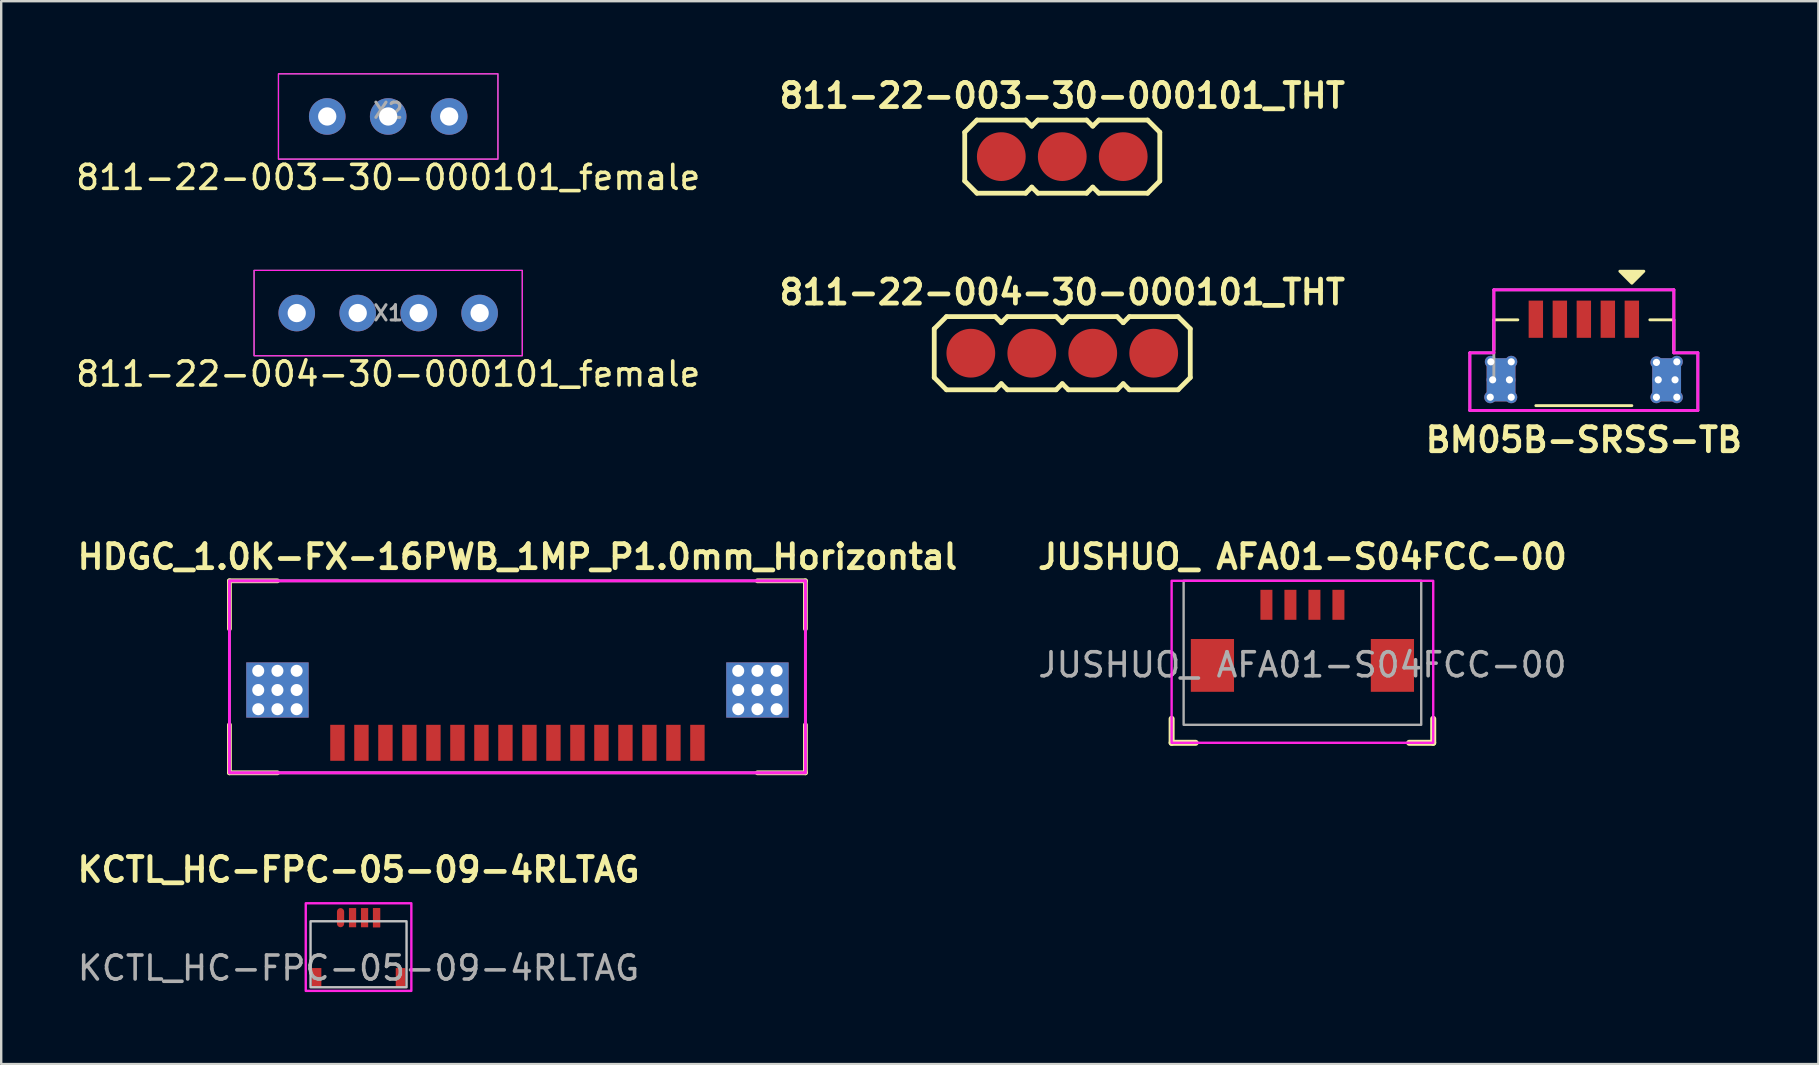
<source format=kicad_pcb>
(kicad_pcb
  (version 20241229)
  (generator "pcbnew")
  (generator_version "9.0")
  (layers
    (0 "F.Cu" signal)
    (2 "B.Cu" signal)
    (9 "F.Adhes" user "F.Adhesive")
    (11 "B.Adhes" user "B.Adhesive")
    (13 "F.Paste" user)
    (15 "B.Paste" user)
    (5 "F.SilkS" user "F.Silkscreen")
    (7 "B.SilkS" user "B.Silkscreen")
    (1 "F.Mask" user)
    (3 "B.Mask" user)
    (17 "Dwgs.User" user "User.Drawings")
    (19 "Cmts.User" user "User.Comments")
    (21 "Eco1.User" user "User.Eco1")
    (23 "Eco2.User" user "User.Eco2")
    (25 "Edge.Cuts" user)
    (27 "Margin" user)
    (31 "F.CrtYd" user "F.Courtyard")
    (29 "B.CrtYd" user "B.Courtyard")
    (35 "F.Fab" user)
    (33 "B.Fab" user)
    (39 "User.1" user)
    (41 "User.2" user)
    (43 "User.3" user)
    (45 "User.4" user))
  (footprint "811-22-004-30-000101_THT"
    (layer "F.Cu")
    (at 41.212 11.667)
    (property "Reference" "811-22-004-30-000101_THT" (at 0 -2.54 0) (unlocked yes) (layer "F.SilkS") (effects (font (size 1 1) (thickness 0.2))))
    (attr smd)
    (fp_line (start -5.334 -1.016) (end -4.826 -1.524) (stroke (width 0.2) (type solid)) (layer "F.SilkS"))
    (fp_line (start -5.334 1.016) (end -5.334 -1.016) (stroke (width 0.2) (type solid)) (layer "F.SilkS"))
    (fp_line (start -5.334 1.016) (end -4.826 1.524) (stroke (width 0.2) (type solid)) (layer "F.SilkS"))
    (fp_line (start -4.826 -1.524) (end -2.794 -1.524) (stroke (width 0.2) (type solid)) (layer "F.SilkS"))
    (fp_line (start -2.794 1.524) (end -4.826 1.524) (stroke (width 0.2) (type solid)) (layer "F.SilkS"))
    (fp_line (start -2.54 -1.27) (end -2.794 -1.524) (stroke (width 0.2) (type solid)) (layer "F.SilkS"))
    (fp_line (start -2.54 -1.27) (end -2.286 -1.524) (stroke (width 0.2) (type solid)) (layer "F.SilkS"))
    (fp_line (start -2.54 1.27) (end -2.794 1.524) (stroke (width 0.2) (type solid)) (layer "F.SilkS"))
    (fp_line (start -2.54 1.27) (end -2.286 1.524) (stroke (width 0.2) (type solid)) (layer "F.SilkS"))
    (fp_line (start -2.286 -1.524) (end -0.254 -1.524) (stroke (width 0.2) (type solid)) (layer "F.SilkS"))
    (fp_line (start -0.254 1.524) (end -2.286 1.524) (stroke (width 0.2) (type solid)) (layer "F.SilkS"))
    (fp_line (start 0 -1.27) (end -0.254 -1.524) (stroke (width 0.2) (type solid)) (layer "F.SilkS"))
    (fp_line (start 0 -1.27) (end 0.254 -1.524) (stroke (width 0.2) (type solid)) (layer "F.SilkS"))
    (fp_line (start 0 1.27) (end -0.254 1.524) (stroke (width 0.2) (type solid)) (layer "F.SilkS"))
    (fp_line (start 0 1.27) (end 0.254 1.524) (stroke (width 0.2) (type solid)) (layer "F.SilkS"))
    (fp_line (start 0.254 -1.524) (end 2.286 -1.524) (stroke (width 0.2) (type solid)) (layer "F.SilkS"))
    (fp_line (start 2.286 1.524) (end 0.254 1.524) (stroke (width 0.2) (type solid)) (layer "F.SilkS"))
    (fp_line (start 2.54 -1.27) (end 2.286 -1.524) (stroke (width 0.2) (type solid)) (layer "F.SilkS"))
    (fp_line (start 2.54 -1.27) (end 2.794 -1.524) (stroke (width 0.2) (type solid)) (layer "F.SilkS"))
    (fp_line (start 2.54 1.27) (end 2.286 1.524) (stroke (width 0.2) (type solid)) (layer "F.SilkS"))
    (fp_line (start 2.54 1.27) (end 2.794 1.524) (stroke (width 0.2) (type solid)) (layer "F.SilkS"))
    (fp_line (start 2.794 -1.524) (end 4.826 -1.524) (stroke (width 0.2) (type solid)) (layer "F.SilkS"))
    (fp_line (start 2.794 1.524) (end 4.826 1.524) (stroke (width 0.2) (type solid)) (layer "F.SilkS"))
    (fp_line (start 5.334 -1.016) (end 4.826 -1.524) (stroke (width 0.2) (type solid)) (layer "F.SilkS"))
    (fp_line (start 5.334 -1.016) (end 5.334 1.016) (stroke (width 0.2) (type solid)) (layer "F.SilkS"))
    (fp_line (start 5.334 1.016) (end 4.826 1.524) (stroke (width 0.2) (type solid)) (layer "F.SilkS"))
    (pad "1" smd circle (at -3.81 0) (size 2.032 2.032) (layers "F.Cu" "F.Mask" "F.Paste"))
    (pad "2" smd circle (at -1.27 0) (size 2.032 2.032) (layers "F.Cu" "F.Mask" "F.Paste"))
    (pad "3" smd circle (at 1.27 0) (size 2.032 2.032) (layers "F.Cu" "F.Mask" "F.Paste"))
    (pad "4" smd circle (at 3.81 0) (size 2.032 2.032) (layers "F.Cu" "F.Mask" "F.Paste")))
  (footprint "811-22-003-30-000101_female"
    (layer "F.Cu")
    (at 13.125 1.803)
    (property "Reference" "811-22-003-30-000101_female" (at 0 2.54 0) (unlocked yes) (layer "F.SilkS") (effects (font (size 1 1) (thickness 0.15))))
    (attr exclude_from_pos_files exclude_from_bom)
    (fp_rect (start -4.572 -1.778) (end 4.572 1.778) (stroke (width 0.05) (type solid)) (fill no) (layer "F.CrtYd"))
    (fp_rect (start -4.572 -1.778) (end 4.572 1.778) (stroke (width 0.05) (type solid)) (fill no) (layer "F.Fab"))
    (fp_text user "X2" (at 0 -0.25 0) (unlocked yes) (layer "F.Fab") (effects (font (size 0.635 0.635) (thickness 0.127))))
    (pad "1" thru_hole circle (at -2.54 0) (size 1.524 1.524) (drill 0.762) (layers "*.Cu" "*.Mask"))
    (pad "2" thru_hole circle (at 0 0) (size 1.524 1.524) (drill 0.762) (layers "*.Cu" "*.Mask"))
    (pad "3" thru_hole circle (at 2.54 0) (size 1.524 1.524) (drill 0.762) (layers "*.Cu" "*.Mask")))
  (footprint "KCTL_HC-FPC-05-09-4RLTAG"
    (layer "F.Cu")
    (at 11.89 34.787)
    (property "Reference" "KCTL_HC-FPC-05-09-4RLTAG" (at 0 -1.6 0) (unlocked yes) (layer "F.SilkS") (effects (font (size 1 1) (thickness 0.2) (bold yes))))
    (attr smd)
    (fp_rect (start -2 0.55) (end 2 3.3) (stroke (width 0.1) (type default)) (fill no) (layer "Dwgs.User"))
    (fp_rect (start -2.2 -0.2) (end 2.2 3.45) (stroke (width 0.1) (type default)) (fill no) (layer "F.CrtYd"))
    (fp_text user "${REFERENCE}" (at 0 2.5 0) (unlocked yes) (layer "F.Fab") (effects (font (size 1 1) (thickness 0.15))))
    (pad "1" smd roundrect (at -0.75 0.4) (size 0.3 0.8) (layers "F.Cu" "F.Mask" "F.Paste") (roundrect_rratio 0.5))
    (pad "2" smd rect (at -0.25 0.4) (size 0.3 0.8) (layers "F.Cu" "F.Mask" "F.Paste"))
    (pad "3" smd rect (at 0.25 0.4) (size 0.3 0.8) (layers "F.Cu" "F.Mask" "F.Paste"))
    (pad "4" smd rect (at 0.75 0.4) (size 0.3 0.8) (layers "F.Cu" "F.Mask" "F.Paste"))
    (pad "4" smd rect (at 0.75 0.4) (size 0.3 0.8) (layers "F.Cu" "F.Mask" "F.Paste"))
    (pad "MP" smd rect (at -1.75 2.9) (size 0.4 0.8) (layers "F.Cu" "F.Mask" "F.Paste"))
    (pad "MP" smd rect (at 1.75 2.9) (size 0.4 0.8) (layers "F.Cu" "F.Mask" "F.Paste")))
  (footprint "BM05B-SRSS-TB"
    (layer "F.Cu")
    (at 62.945 10.251)
    (property "Reference" "BM05B-SRSS-TB" (at 0 5.027 0) (unlocked yes) (layer "F.SilkS") (effects (font (size 1 1) (thickness 0.2))))
    (attr smd)
    (fp_line (start -3.75 0.025) (end -2.75 0.025) (stroke (width 0.12) (type solid)) (layer "F.SilkS"))
    (fp_line (start -3.75 1.275) (end -3.75 0.025) (stroke (width 0.12) (type solid)) (layer "F.SilkS"))
    (fp_line (start -2 3.6) (end 2 3.6) (stroke (width 0.12) (type solid)) (layer "F.SilkS"))
    (fp_line (start 3.75 0.025) (end 2.75 0.025) (stroke (width 0.12) (type solid)) (layer "F.SilkS"))
    (fp_line (start 3.75 1.275) (end 3.75 0.025) (stroke (width 0.12) (type solid)) (layer "F.SilkS"))
    (fp_poly (pts (xy 2 -1.5) (xy 1.5 -2) (xy 2.5 -2)) (stroke (width 0.12) (type solid)) (fill yes) (layer "F.SilkS"))
    (fp_line (start -4.75 1.4) (end -3.75 1.4) (stroke (width 0.12) (type solid)) (layer "F.CrtYd"))
    (fp_line (start -4.75 3.8) (end -4.75 1.4) (stroke (width 0.12) (type solid)) (layer "F.CrtYd"))
    (fp_line (start -3.75 -1.225) (end 3.75 -1.225) (stroke (width 0.12) (type solid)) (layer "F.CrtYd"))
    (fp_line (start -3.75 1.4) (end -3.75 -1.225) (stroke (width 0.12) (type solid)) (layer "F.CrtYd"))
    (fp_line (start 3.75 -1.225) (end 3.75 1.4) (stroke (width 0.12) (type solid)) (layer "F.CrtYd"))
    (fp_line (start 4.75 1.4) (end 3.75 1.4) (stroke (width 0.12) (type solid)) (layer "F.CrtYd"))
    (fp_line (start 4.75 1.4) (end 4.75 3.8) (stroke (width 0.12) (type solid)) (layer "F.CrtYd"))
    (fp_line (start 4.75 3.8) (end -4.75 3.8) (stroke (width 0.12) (type solid)) (layer "F.CrtYd"))
    (fp_line (start -4.75 1.4) (end -3.75 1.4) (stroke (width 0.12) (type solid)) (layer "F.Fab"))
    (fp_line (start -4.75 3.8) (end -4.75 1.4) (stroke (width 0.12) (type solid)) (layer "F.Fab"))
    (fp_line (start -3.75 -1.225) (end 3.75 -1.225) (stroke (width 0.12) (type solid)) (layer "F.Fab"))
    (fp_line (start -3.75 2.525) (end -3.75 -1.225) (stroke (width 0.12) (type solid)) (layer "F.Fab"))
    (fp_line (start 3.75 -1.225) (end 3.75 1.4) (stroke (width 0.12) (type solid)) (layer "F.Fab"))
    (fp_line (start 3.75 1.4) (end 4.75 1.4) (stroke (width 0.12) (type solid)) (layer "F.Fab"))
    (fp_line (start 4.75 1.4) (end 4.75 3.8) (stroke (width 0.12) (type solid)) (layer "F.Fab"))
    (fp_line (start 4.75 3.8) (end -4.75 3.8) (stroke (width 0.12) (type solid)) (layer "F.Fab"))
    (pad "1" smd rect (at 2 0) (size 0.6 1.55) (layers "F.Cu" "F.Mask" "F.Paste"))
    (pad "2" smd rect (at 1 0) (size 0.6 1.55) (layers "F.Cu" "F.Mask" "F.Paste"))
    (pad "3" smd rect (at 0 0) (size 0.6 1.55) (layers "F.Cu" "F.Mask" "F.Paste"))
    (pad "4" smd rect (at -1 0) (size 0.6 1.55) (layers "F.Cu" "F.Mask" "F.Paste"))
    (pad "5" smd rect (at -2 0) (size 0.6 1.55) (layers "F.Cu" "F.Mask" "F.Paste"))
    (pad "MP" thru_hole circle (at -3.9 3.25) (size 0.5 0.5) (drill 0.3) (layers "*.Cu" "F.Mask"))
    (pad "MP" thru_hole circle (at -3.875 1.775) (size 0.5 0.5) (drill 0.3) (layers "*.Cu" "F.Mask") (remove_unused_layers yes) (keep_end_layers yes) (zone_layer_connections))
    (pad "MP" thru_hole circle (at -3.8 2.525) (size 0.5 0.5) (drill 0.3) (layers "*.Cu" "F.Mask"))
    (pad "MP" smd rect (at -3.45 2.525) (size 1.2 1.8) (layers "F.Cu" "F.Mask" "F.Paste"))
    (pad "MP" smd rect (at -3.45 2.525) (size 1.2 1.8) (layers "B.Cu"))
    (pad "MP" thru_hole circle (at -3.1 2.525) (size 0.5 0.5) (drill 0.3) (layers "*.Cu" "F.Mask") (remove_unused_layers yes) (keep_end_layers yes) (zone_layer_connections))
    (pad "MP" thru_hole circle (at -3.025 1.775) (size 0.5 0.5) (drill 0.3) (layers "*.Cu" "F.Mask"))
    (pad "MP" thru_hole circle (at -3.025 3.25) (size 0.5 0.5) (drill 0.3) (layers "*.Cu" "F.Mask") (remove_unused_layers yes) (keep_end_layers yes) (zone_layer_connections))
    (pad "MP" thru_hole circle (at 3.025 1.8) (size 0.5 0.5) (drill 0.3) (layers "*.Cu" "F.Mask"))
    (pad "MP" thru_hole circle (at 3.025 3.25) (size 0.5 0.5) (drill 0.3) (layers "*.Cu" "F.Mask"))
    (pad "MP" thru_hole circle (at 3.1 2.525) (size 0.5 0.5) (drill 0.3) (layers "*.Cu" "F.Mask") (remove_unused_layers yes) (keep_end_layers yes) (zone_layer_connections))
    (pad "MP" smd rect (at 3.45 2.525) (size 1.2 1.8) (layers "F.Cu" "F.Mask" "F.Paste"))
    (pad "MP" smd rect (at 3.45 2.525) (size 1.2 1.8) (layers "B.Cu"))
    (pad "MP" thru_hole circle (at 3.8 2.525) (size 0.5 0.5) (drill 0.3) (layers "*.Cu" "F.Mask"))
    (pad "MP" thru_hole circle (at 3.875 1.775) (size 0.5 0.5) (drill 0.3) (layers "*.Cu" "F.Mask"))
    (pad "MP" thru_hole circle (at 3.875 3.25) (size 0.5 0.5) (drill 0.3) (layers "*.Cu" "F.Mask")))
  (footprint "811-22-003-30-000101_THT"
    (layer "F.Cu")
    (at 41.212 3.476)
    (property "Reference" "811-22-003-30-000101_THT" (at 0 -2.54 0) (unlocked yes) (layer "F.SilkS") (effects (font (size 1 1) (thickness 0.2))))
    (attr smd)
    (fp_line (start -4.064 -1.016) (end -3.556 -1.524) (stroke (width 0.2) (type solid)) (layer "F.SilkS"))
    (fp_line (start -4.064 1.016) (end -4.064 -1.016) (stroke (width 0.2) (type solid)) (layer "F.SilkS"))
    (fp_line (start -4.064 1.016) (end -3.556 1.524) (stroke (width 0.2) (type solid)) (layer "F.SilkS"))
    (fp_line (start -3.556 -1.524) (end -1.524 -1.524) (stroke (width 0.2) (type solid)) (layer "F.SilkS"))
    (fp_line (start -1.524 1.524) (end -3.556 1.524) (stroke (width 0.2) (type solid)) (layer "F.SilkS"))
    (fp_line (start -1.27 -1.27) (end -1.524 -1.524) (stroke (width 0.2) (type solid)) (layer "F.SilkS"))
    (fp_line (start -1.27 -1.27) (end -1.016 -1.524) (stroke (width 0.2) (type solid)) (layer "F.SilkS"))
    (fp_line (start -1.27 1.27) (end -1.524 1.524) (stroke (width 0.2) (type solid)) (layer "F.SilkS"))
    (fp_line (start -1.27 1.27) (end -1.016 1.524) (stroke (width 0.2) (type solid)) (layer "F.SilkS"))
    (fp_line (start -1.016 -1.524) (end 1.016 -1.524) (stroke (width 0.2) (type solid)) (layer "F.SilkS"))
    (fp_line (start 1.016 1.524) (end -1.016 1.524) (stroke (width 0.2) (type solid)) (layer "F.SilkS"))
    (fp_line (start 1.27 -1.27) (end 1.016 -1.524) (stroke (width 0.2) (type solid)) (layer "F.SilkS"))
    (fp_line (start 1.27 -1.27) (end 1.524 -1.524) (stroke (width 0.2) (type solid)) (layer "F.SilkS"))
    (fp_line (start 1.27 1.27) (end 1.016 1.524) (stroke (width 0.2) (type solid)) (layer "F.SilkS"))
    (fp_line (start 1.27 1.27) (end 1.524 1.524) (stroke (width 0.2) (type solid)) (layer "F.SilkS"))
    (fp_line (start 1.524 -1.524) (end 3.556 -1.524) (stroke (width 0.2) (type solid)) (layer "F.SilkS"))
    (fp_line (start 3.556 1.524) (end 1.524 1.524) (stroke (width 0.2) (type solid)) (layer "F.SilkS"))
    (fp_line (start 4.064 -1.016) (end 3.556 -1.524) (stroke (width 0.2) (type solid)) (layer "F.SilkS"))
    (fp_line (start 4.064 -1.016) (end 4.064 1.016) (stroke (width 0.2) (type solid)) (layer "F.SilkS"))
    (fp_line (start 4.064 1.016) (end 3.556 1.524) (stroke (width 0.2) (type solid)) (layer "F.SilkS"))
    (pad "1" smd circle (at -2.54 0) (size 2.032 2.032) (layers "F.Cu" "F.Mask" "F.Paste"))
    (pad "2" smd circle (at 0 0) (size 2.032 2.032) (layers "F.Cu" "F.Mask" "F.Paste"))
    (pad "3" smd circle (at 2.54 0) (size 2.032 2.032) (layers "F.Cu" "F.Mask" "F.Paste")))
  (footprint "811-22-004-30-000101_female"
    (layer "F.Cu")
    (at 13.125 9.994)
    (property "Reference" "811-22-004-30-000101_female" (at 0 2.54 0) (unlocked yes) (layer "F.SilkS") (effects (font (size 1 1) (thickness 0.15))))
    (attr exclude_from_pos_files exclude_from_bom)
    (fp_rect (start -5.588 -1.778) (end 5.588 1.778) (stroke (width 0.05) (type solid)) (fill no) (layer "F.CrtYd"))
    (fp_rect (start -5.588 -1.778) (end 5.588 1.778) (stroke (width 0.05) (type solid)) (fill no) (layer "F.Fab"))
    (fp_text user "X1" (at -0.000001 0 0) (unlocked yes) (layer "F.Fab") (effects (font (size 0.635 0.635) (thickness 0.127))))
    (pad "1" thru_hole circle (at -3.81 0) (size 1.524 1.524) (drill 0.762) (layers "*.Cu" "*.Mask"))
    (pad "2" thru_hole circle (at -1.27 0) (size 1.524 1.524) (drill 0.762) (layers "*.Cu" "*.Mask"))
    (pad "3" thru_hole circle (at 1.27 0) (size 1.524 1.524) (drill 0.762) (layers "*.Cu" "*.Mask"))
    (pad "4" thru_hole circle (at 3.81 0) (size 1.524 1.524) (drill 0.762) (layers "*.Cu" "*.Mask")))
  (footprint "HDGC_1.0K-FX-16PWB_1MP_P1.0mm_Horizontal"
    (layer "F.Cu")
    (at 18.51 27.151)
    (property "Reference" "HDGC_1.0K-FX-16PWB_1MP_P1.0mm_Horizontal" (at 0 -7 0) (unlocked yes) (layer "F.SilkS") (effects (font (size 1 1) (thickness 0.2))))
    (attr smd)
    (fp_line (start -12 -6) (end -10 -6) (stroke (width 0.2) (type solid)) (layer "F.SilkS"))
    (fp_line (start -12 -4) (end -12 -6) (stroke (width 0.2) (type solid)) (layer "F.SilkS"))
    (fp_line (start -12 2) (end -12 0) (stroke (width 0.2) (type solid)) (layer "F.SilkS"))
    (fp_line (start -10 2) (end -12 2) (stroke (width 0.2) (type solid)) (layer "F.SilkS"))
    (fp_line (start 10 -6) (end 12 -6) (stroke (width 0.2) (type solid)) (layer "F.SilkS"))
    (fp_line (start 12 -6) (end 12 -4) (stroke (width 0.2) (type solid)) (layer "F.SilkS"))
    (fp_line (start 12 -4) (end 12 -4) (stroke (width 0.12) (type solid)) (layer "F.SilkS"))
    (fp_line (start 12 0) (end 12 2) (stroke (width 0.2) (type solid)) (layer "F.SilkS"))
    (fp_line (start 12 2) (end 10 2) (stroke (width 0.2) (type solid)) (layer "F.SilkS"))
    (fp_rect (start -12 -6) (end 12 2) (stroke (width 0.12) (type solid)) (fill no) (layer "F.CrtYd"))
    (fp_rect (start -12 -6) (end 12 2) (stroke (width 0.12) (type solid)) (fill no) (layer "F.Fab"))
    (pad "1" smd rect (at -7.5 0.75) (size 0.6 1.5) (layers "F.Cu" "F.Mask" "F.Paste"))
    (pad "2" smd rect (at -6.5 0.75) (size 0.6 1.5) (layers "F.Cu" "F.Mask" "F.Paste"))
    (pad "3" smd rect (at -5.5 0.75) (size 0.6 1.5) (layers "F.Cu" "F.Mask" "F.Paste"))
    (pad "4" smd rect (at -4.5 0.75) (size 0.6 1.5) (layers "F.Cu" "F.Mask" "F.Paste"))
    (pad "5" smd rect (at -3.5 0.75) (size 0.6 1.5) (layers "F.Cu" "F.Mask" "F.Paste"))
    (pad "6" smd rect (at -2.5 0.75) (size 0.6 1.5) (layers "F.Cu" "F.Mask" "F.Paste"))
    (pad "7" smd rect (at -1.5 0.75) (size 0.6 1.5) (layers "F.Cu" "F.Mask" "F.Paste"))
    (pad "8" smd rect (at -0.5 0.75) (size 0.6 1.5) (layers "F.Cu" "F.Mask" "F.Paste"))
    (pad "9" smd rect (at 0.5 0.75) (size 0.6 1.5) (layers "F.Cu" "F.Mask" "F.Paste"))
    (pad "10" smd rect (at 1.5 0.75) (size 0.6 1.5) (layers "F.Cu" "F.Mask" "F.Paste"))
    (pad "11" smd rect (at 2.5 0.75) (size 0.6 1.5) (layers "F.Cu" "F.Mask" "F.Paste"))
    (pad "12" smd rect (at 3.5 0.75) (size 0.6 1.5) (layers "F.Cu" "F.Mask" "F.Paste"))
    (pad "13" smd rect (at 4.5 0.75) (size 0.6 1.5) (layers "F.Cu" "F.Mask" "F.Paste"))
    (pad "14" smd rect (at 5.5 0.75) (size 0.6 1.5) (layers "F.Cu" "F.Mask" "F.Paste"))
    (pad "15" smd rect (at 6.5 0.75) (size 0.6 1.5) (layers "F.Cu" "F.Mask" "F.Paste"))
    (pad "16" smd rect (at 7.5 0.75) (size 0.6 1.5) (layers "F.Cu" "F.Mask" "F.Paste"))
    (pad "MP" thru_hole circle (at -10.8 -2.25) (size 0.6 0.6) (drill 0.5) (layers "*.Cu" "F.Mask"))
    (pad "MP" thru_hole circle (at -10.8 -1.45) (size 0.6 0.6) (drill 0.5) (layers "*.Cu" "F.Mask"))
    (pad "MP" thru_hole circle (at -10.8 -0.65) (size 0.6 0.6) (drill 0.5) (layers "*.Cu" "F.Mask"))
    (pad "MP" thru_hole circle (at -10 -2.25) (size 0.6 0.6) (drill 0.5) (layers "*.Cu" "F.Mask"))
    (pad "MP" thru_hole circle (at -10 -1.45) (size 0.6 0.6) (drill 0.5) (layers "*.Cu" "F.Mask"))
    (pad "MP" smd rect (at -10 -1.45) (size 2.6 2.3) (layers "F.Cu" "F.Mask" "F.Paste"))
    (pad "MP" smd rect (at -10 -1.45) (size 2.6 2.3) (layers "B.Cu"))
    (pad "MP" thru_hole circle (at -10 -0.65) (size 0.6 0.6) (drill 0.5) (layers "*.Cu" "F.Mask"))
    (pad "MP" thru_hole circle (at -9.2 -2.25) (size 0.6 0.6) (drill 0.5) (layers "*.Cu" "F.Mask"))
    (pad "MP" thru_hole circle (at -9.2 -1.45) (size 0.6 0.6) (drill 0.5) (layers "*.Cu" "F.Mask"))
    (pad "MP" thru_hole circle (at -9.2 -0.65) (size 0.6 0.6) (drill 0.5) (layers "*.Cu" "F.Mask"))
    (pad "MP" thru_hole circle (at 9.2 -2.25) (size 0.6 0.6) (drill 0.5) (layers "*.Cu" "F.Mask"))
    (pad "MP" thru_hole circle (at 9.2 -1.45) (size 0.6 0.6) (drill 0.5) (layers "*.Cu" "F.Mask"))
    (pad "MP" thru_hole circle (at 9.2 -0.65) (size 0.6 0.6) (drill 0.5) (layers "*.Cu" "F.Mask"))
    (pad "MP" thru_hole circle (at 10 -2.25) (size 0.6 0.6) (drill 0.5) (layers "*.Cu" "F.Mask"))
    (pad "MP" thru_hole circle (at 10 -1.45) (size 0.6 0.6) (drill 0.5) (layers "*.Cu" "F.Mask"))
    (pad "MP" smd rect (at 10 -1.45) (size 2.6 2.3) (layers "F.Cu" "F.Mask" "F.Paste"))
    (pad "MP" smd rect (at 10 -1.45) (size 2.6 2.3) (layers "B.Cu"))
    (pad "MP" thru_hole circle (at 10 -0.65) (size 0.6 0.6) (drill 0.5) (layers "*.Cu" "F.Mask"))
    (pad "MP" thru_hole circle (at 10.8 -2.25) (size 0.6 0.6) (drill 0.5) (layers "*.Cu" "F.Mask"))
    (pad "MP" thru_hole circle (at 10.8 -1.45) (size 0.6 0.6) (drill 0.5) (layers "*.Cu" "F.Mask"))
    (pad "MP" thru_hole circle (at 10.8 -0.65) (size 0.6 0.6) (drill 0.5) (layers "*.Cu" "F.Mask")))
  (footprint "JUSHUO_ AFA01-S04FCC-00"
    (layer "F.Cu")
    (at 51.219 22.151)
    (property "Reference" "JUSHUO_ AFA01-S04FCC-00" (at 0 -2 0) (unlocked yes) (layer "F.SilkS") (effects (font (size 1 1) (thickness 0.2) (bold yes))))
    (attr smd)
    (fp_line (start -5.45 4.75) (end -5.45 5.75) (stroke (width 0.25) (type default)) (layer "F.SilkS"))
    (fp_line (start -5.45 5.75) (end -4.45 5.75) (stroke (width 0.25) (type default)) (layer "F.SilkS"))
    (fp_line (start 4.45 5.75) (end 5.45 5.75) (stroke (width 0.25) (type default)) (layer "F.SilkS"))
    (fp_line (start 5.45 5.75) (end 5.45 4.75) (stroke (width 0.25) (type default)) (layer "F.SilkS"))
    (fp_rect (start -5.45 -1) (end 5.45 5.75) (stroke (width 0.1) (type default)) (fill no) (layer "F.CrtYd"))
    (fp_rect (start -4.95 -1) (end 4.95 5) (stroke (width 0.1) (type default)) (fill no) (layer "F.Fab"))
    (fp_text user "${REFERENCE}" (at 0 2.5 0) (unlocked yes) (layer "F.Fab") (effects (font (size 1 1) (thickness 0.15))))
    (pad "1" smd rect (at -1.5 0) (size 0.5 1.25) (layers "F.Cu" "F.Mask" "F.Paste"))
    (pad "2" smd rect (at -0.5 0) (size 0.5 1.25) (layers "F.Cu" "F.Mask" "F.Paste"))
    (pad "3" smd rect (at 0.5 0) (size 0.5 1.25) (layers "F.Cu" "F.Mask" "F.Paste"))
    (pad "4" smd rect (at 1.5 0) (size 0.5 1.25) (layers "F.Cu" "F.Mask" "F.Paste"))
    (pad "MP" smd rect (at -3.75 2.525) (size 1.8 2.2) (layers "F.Cu" "F.Mask" "F.Paste"))
    (pad "MP" smd rect (at 3.75 2.525) (size 1.8 2.2) (layers "F.Cu" "F.Mask" "F.Paste")))
  (gr_rect
    (start -3 -3)
    (end 72.717 41.287)
    (stroke (width 0.1) (type default))
    (fill no)
    (layer "Edge.Cuts")))
</source>
